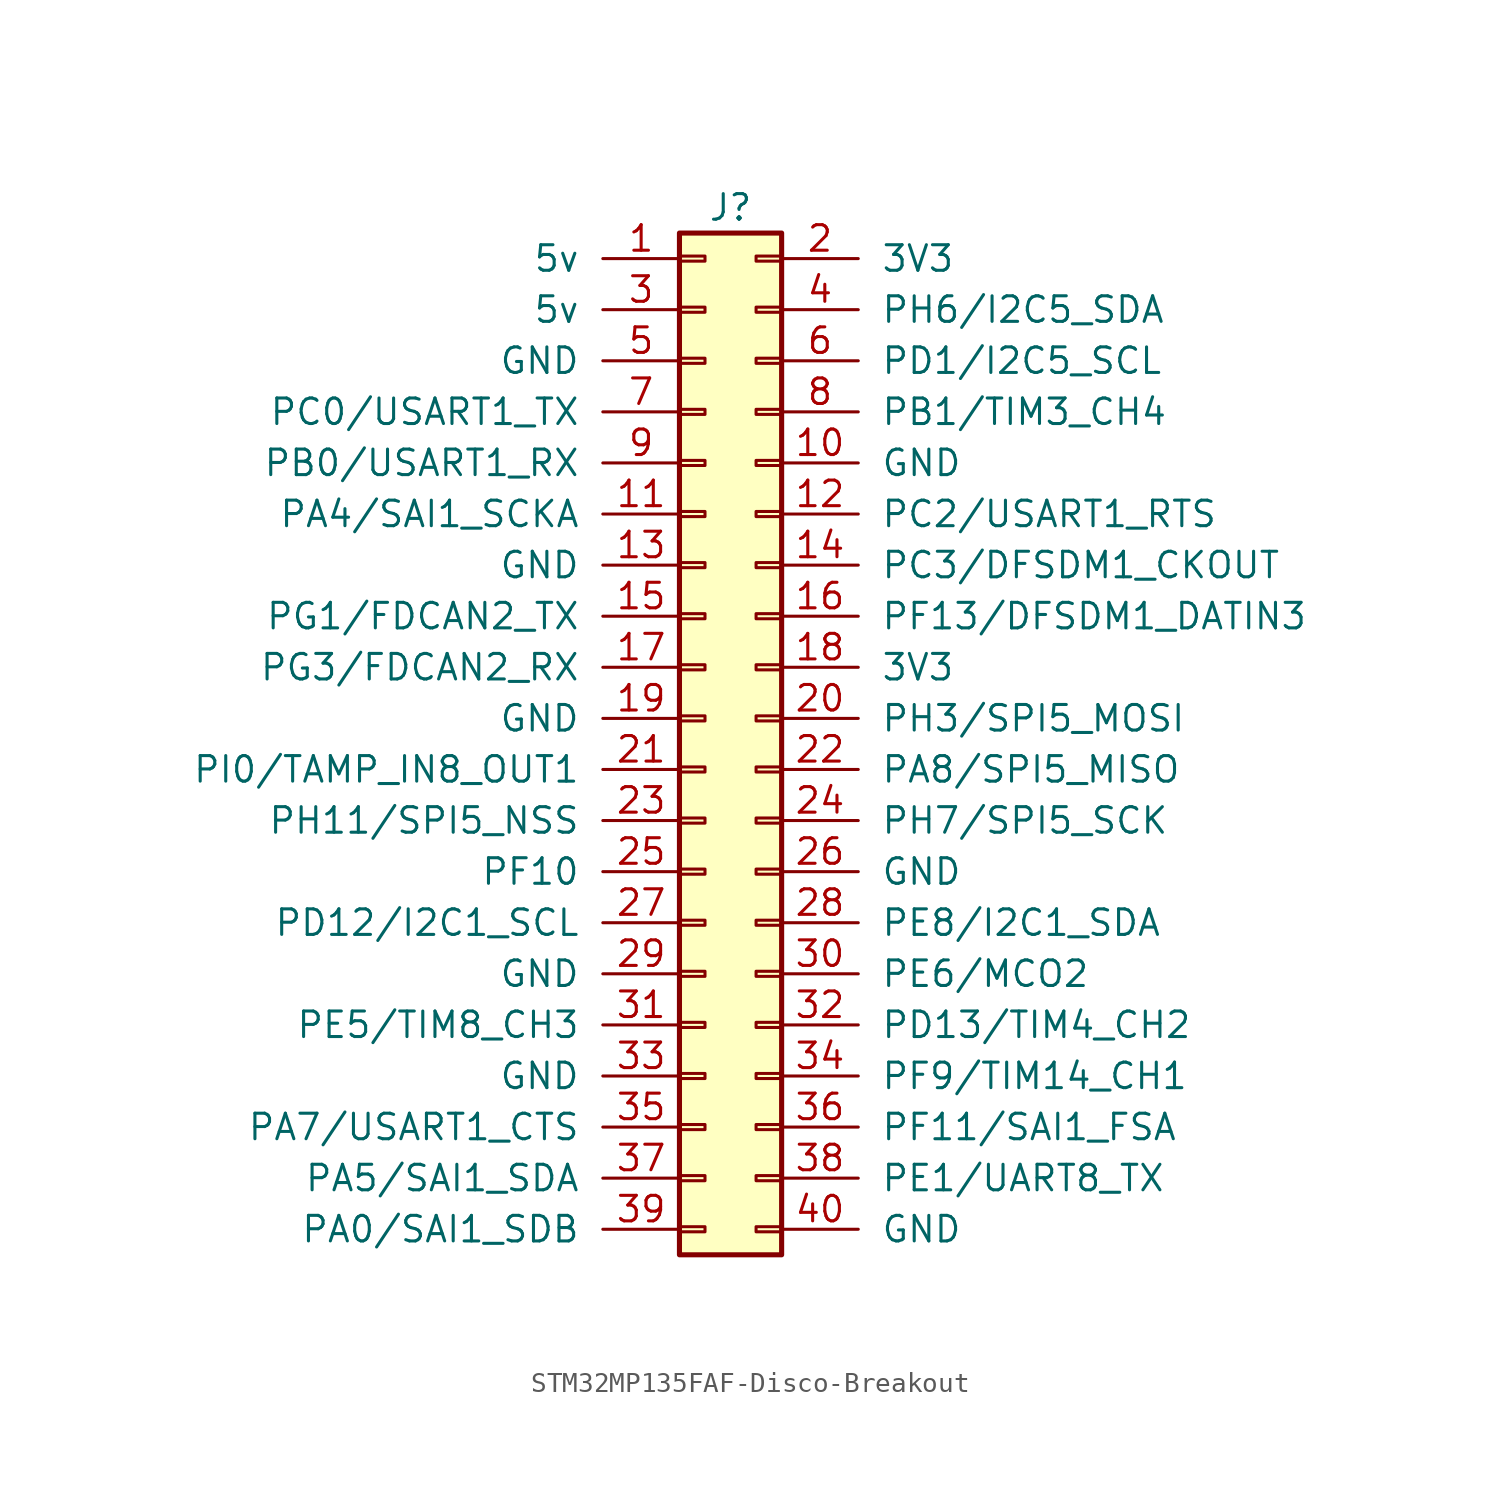
<source format=kicad_sym>
(kicad_symbol_lib
  (version 20241209)
  (generator "kicad_symbol_editor")
  (generator_version "9.0")
  (symbol "STM32MP135FAF-Disco-Breakout"
    (pin_names
      (offset 10))
    (property "Reference" "J"
      (at 1.27 25.4 0)
      (effects (font (size 1.27 1.27))))
    (symbol "STM32MP135FAF-Disco-Breakout_1_1"
      (rectangle (start -1.27 24.13) (end 3.81 -26.67) (stroke (width 0.254) (type default)) (fill (type background)))
      (rectangle (start -1.27 22.987) (end 0 22.733) (stroke (width 0.152) (type default)) (fill (type none)))
      (rectangle (start -1.27 20.447) (end 0 20.193) (stroke (width 0.152) (type default)) (fill (type none)))
      (rectangle (start -1.27 17.907) (end 0 17.653) (stroke (width 0.152) (type default)) (fill (type none)))
      (rectangle (start -1.27 15.367) (end 0 15.113) (stroke (width 0.152) (type default)) (fill (type none)))
      (rectangle (start -1.27 12.827) (end 0 12.573) (stroke (width 0.152) (type default)) (fill (type none)))
      (rectangle (start -1.27 10.287) (end 0 10.033) (stroke (width 0.152) (type default)) (fill (type none)))
      (rectangle (start -1.27 7.747) (end 0 7.493) (stroke (width 0.152) (type default)) (fill (type none)))
      (rectangle (start -1.27 5.207) (end 0 4.953) (stroke (width 0.152) (type default)) (fill (type none)))
      (rectangle (start -1.27 2.667) (end 0 2.413) (stroke (width 0.152) (type default)) (fill (type none)))
      (rectangle (start -1.27 0.127) (end 0 -0.127) (stroke (width 0.152) (type default)) (fill (type none)))
      (rectangle (start -1.27 -2.413) (end 0 -2.667) (stroke (width 0.152) (type default)) (fill (type none)))
      (rectangle (start -1.27 -4.953) (end 0 -5.207) (stroke (width 0.152) (type default)) (fill (type none)))
      (rectangle (start -1.27 -7.493) (end 0 -7.747) (stroke (width 0.152) (type default)) (fill (type none)))
      (rectangle (start -1.27 -10.033) (end 0 -10.287) (stroke (width 0.152) (type default)) (fill (type none)))
      (rectangle (start -1.27 -12.573) (end 0 -12.827) (stroke (width 0.152) (type default)) (fill (type none)))
      (rectangle (start -1.27 -15.113) (end 0 -15.367) (stroke (width 0.152) (type default)) (fill (type none)))
      (rectangle (start -1.27 -17.653) (end 0 -17.907) (stroke (width 0.152) (type default)) (fill (type none)))
      (rectangle (start -1.27 -20.193) (end 0 -20.447) (stroke (width 0.152) (type default)) (fill (type none)))
      (rectangle (start -1.27 -22.733) (end 0 -22.987) (stroke (width 0.152) (type default)) (fill (type none)))
      (rectangle (start -1.27 -25.273) (end 0 -25.527) (stroke (width 0.152) (type default)) (fill (type none)))
      (rectangle (start 3.81 22.987) (end 2.54 22.733) (stroke (width 0.152) (type default)) (fill (type none)))
      (rectangle (start 3.81 20.447) (end 2.54 20.193) (stroke (width 0.152) (type default)) (fill (type none)))
      (rectangle (start 3.81 17.907) (end 2.54 17.653) (stroke (width 0.152) (type default)) (fill (type none)))
      (rectangle (start 3.81 15.367) (end 2.54 15.113) (stroke (width 0.152) (type default)) (fill (type none)))
      (rectangle (start 3.81 12.827) (end 2.54 12.573) (stroke (width 0.152) (type default)) (fill (type none)))
      (rectangle (start 3.81 10.287) (end 2.54 10.033) (stroke (width 0.152) (type default)) (fill (type none)))
      (rectangle (start 3.81 7.747) (end 2.54 7.493) (stroke (width 0.152) (type default)) (fill (type none)))
      (rectangle (start 3.81 5.207) (end 2.54 4.953) (stroke (width 0.152) (type default)) (fill (type none)))
      (rectangle (start 3.81 2.667) (end 2.54 2.413) (stroke (width 0.152) (type default)) (fill (type none)))
      (rectangle (start 3.81 0.127) (end 2.54 -0.127) (stroke (width 0.152) (type default)) (fill (type none)))
      (rectangle (start 3.81 -2.413) (end 2.54 -2.667) (stroke (width 0.152) (type default)) (fill (type none)))
      (rectangle (start 3.81 -4.953) (end 2.54 -5.207) (stroke (width 0.152) (type default)) (fill (type none)))
      (rectangle (start 3.81 -7.493) (end 2.54 -7.747) (stroke (width 0.152) (type default)) (fill (type none)))
      (rectangle (start 3.81 -10.033) (end 2.54 -10.287) (stroke (width 0.152) (type default)) (fill (type none)))
      (rectangle (start 3.81 -12.573) (end 2.54 -12.827) (stroke (width 0.152) (type default)) (fill (type none)))
      (rectangle (start 3.81 -15.113) (end 2.54 -15.367) (stroke (width 0.152) (type default)) (fill (type none)))
      (rectangle (start 3.81 -17.653) (end 2.54 -17.907) (stroke (width 0.152) (type default)) (fill (type none)))
      (rectangle (start 3.81 -20.193) (end 2.54 -20.447) (stroke (width 0.152) (type default)) (fill (type none)))
      (rectangle (start 3.81 -22.733) (end 2.54 -22.987) (stroke (width 0.152) (type default)) (fill (type none)))
      (rectangle (start 3.81 -25.273) (end 2.54 -25.527) (stroke (width 0.152) (type default)) (fill (type none)))
      (pin passive line (at -5.08 22.86 0) (length 3.81) (name "3V3" (effects (font (size 1.27 1.27)))) (number "1" (effects (font (size 1.27 1.27)))))
      (pin passive line (at -5.08 20.32 0) (length 3.81) (name "PH6/I2C5_SDA" (effects (font (size 1.27 1.27)))) (number "3" (effects (font (size 1.27 1.27)))))
      (pin passive line (at -5.08 17.78 0) (length 3.81) (name "PD1/I2C5_SCL" (effects (font (size 1.27 1.27)))) (number "5" (effects (font (size 1.27 1.27)))))
      (pin passive line (at -5.08 15.24 0) (length 3.81) (name "PB1/TIM3_CH4" (effects (font (size 1.27 1.27)))) (number "7" (effects (font (size 1.27 1.27)))))
      (pin passive line (at -5.08 12.7 0) (length 3.81) (name "GND" (effects (font (size 1.27 1.27)))) (number "9" (effects (font (size 1.27 1.27)))))
      (pin passive line (at -5.08 10.16 0) (length 3.81) (name "PC2/USART1_RTS" (effects (font (size 1.27 1.27)))) (number "11" (effects (font (size 1.27 1.27)))))
      (pin passive line (at -5.08 7.62 0) (length 3.81) (name "PC3/DFSDM1_CKOUT" (effects (font (size 1.27 1.27)))) (number "13" (effects (font (size 1.27 1.27)))))
      (pin passive line (at -5.08 5.08 0) (length 3.81) (name "PF13/DFSDM1_DATIN3" (effects (font (size 1.27 1.27)))) (number "15" (effects (font (size 1.27 1.27)))))
      (pin passive line (at -5.08 2.54 0) (length 3.81) (name "3V3" (effects (font (size 1.27 1.27)))) (number "17" (effects (font (size 1.27 1.27)))))
      (pin passive line (at -5.08 0 0) (length 3.81) (name "PH3/SPI5_MOSI" (effects (font (size 1.27 1.27)))) (number "19" (effects (font (size 1.27 1.27)))))
      (pin passive line (at -5.08 -2.54 0) (length 3.81) (name "PA8/SPI5_MISO" (effects (font (size 1.27 1.27)))) (number "21" (effects (font (size 1.27 1.27)))))
      (pin passive line (at -5.08 -5.08 0) (length 3.81) (name "PH7/SPI5_SCK" (effects (font (size 1.27 1.27)))) (number "23" (effects (font (size 1.27 1.27)))))
      (pin passive line (at -5.08 -7.62 0) (length 3.81) (name "GND" (effects (font (size 1.27 1.27)))) (number "25" (effects (font (size 1.27 1.27)))))
      (pin passive line (at -5.08 -10.16 0) (length 3.81) (name "PE8/I2C1_SDA" (effects (font (size 1.27 1.27)))) (number "27" (effects (font (size 1.27 1.27)))))
      (pin passive line (at -5.08 -12.7 0) (length 3.81) (name "PE6/MCO2" (effects (font (size 1.27 1.27)))) (number "29" (effects (font (size 1.27 1.27)))))
      (pin passive line (at -5.08 -15.24 0) (length 3.81) (name "PD13/TIM4_CH2" (effects (font (size 1.27 1.27)))) (number "31" (effects (font (size 1.27 1.27)))))
      (pin passive line (at -5.08 -17.78 0) (length 3.81) (name "PF9/TIM14_CH1" (effects (font (size 1.27 1.27)))) (number "33" (effects (font (size 1.27 1.27)))))
      (pin passive line (at -5.08 -20.32 0) (length 3.81) (name "PF11/SAI1_FSA" (effects (font (size 1.27 1.27)))) (number "35" (effects (font (size 1.27 1.27)))))
      (pin passive line (at -5.08 -22.86 0) (length 3.81) (name "PE1/UART8_TX" (effects (font (size 1.27 1.27)))) (number "37" (effects (font (size 1.27 1.27)))))
      (pin passive line (at -5.08 -25.4 0) (length 3.81) (name "GND" (effects (font (size 1.27 1.27)))) (number "39" (effects (font (size 1.27 1.27)))))
      (pin passive line (at 7.62 22.86 180) (length 3.81) (name "5v" (effects (font (size 1.27 1.27)))) (number "2" (effects (font (size 1.27 1.27)))))
      (pin passive line (at 7.62 20.32 180) (length 3.81) (name "5v" (effects (font (size 1.27 1.27)))) (number "4" (effects (font (size 1.27 1.27)))))
      (pin passive line (at 7.62 17.78 180) (length 3.81) (name "GND" (effects (font (size 1.27 1.27)))) (number "6" (effects (font (size 1.27 1.27)))))
      (pin passive line (at 7.62 15.24 180) (length 3.81) (name "PC0/USART1_TX" (effects (font (size 1.27 1.27)))) (number "8" (effects (font (size 1.27 1.27)))))
      (pin passive line (at 7.62 12.7 180) (length 3.81) (name "PB0/USART1_RX" (effects (font (size 1.27 1.27)))) (number "10" (effects (font (size 1.27 1.27)))))
      (pin passive line (at 7.62 10.16 180) (length 3.81) (name "PA4/SAI1_SCKA" (effects (font (size 1.27 1.27)))) (number "12" (effects (font (size 1.27 1.27)))))
      (pin passive line (at 7.62 7.62 180) (length 3.81) (name "GND" (effects (font (size 1.27 1.27)))) (number "14" (effects (font (size 1.27 1.27)))))
      (pin passive line (at 7.62 5.08 180) (length 3.81) (name "PG1/FDCAN2_TX" (effects (font (size 1.27 1.27)))) (number "16" (effects (font (size 1.27 1.27)))))
      (pin passive line (at 7.62 2.54 180) (length 3.81) (name "PG3/FDCAN2_RX" (effects (font (size 1.27 1.27)))) (number "18" (effects (font (size 1.27 1.27)))))
      (pin passive line (at 7.62 0 180) (length 3.81) (name "GND" (effects (font (size 1.27 1.27)))) (number "20" (effects (font (size 1.27 1.27)))))
      (pin passive line (at 7.62 -2.54 180) (length 3.81) (name "PI0/TAMP_IN8_OUT1" (effects (font (size 1.27 1.27)))) (number "22" (effects (font (size 1.27 1.27)))))
      (pin passive line (at 7.62 -5.08 180) (length 3.81) (name "PH11/SPI5_NSS" (effects (font (size 1.27 1.27)))) (number "24" (effects (font (size 1.27 1.27)))))
      (pin passive line (at 7.62 -7.62 180) (length 3.81) (name "PF10" (effects (font (size 1.27 1.27)))) (number "26" (effects (font (size 1.27 1.27)))))
      (pin passive line (at 7.62 -10.16 180) (length 3.81) (name "PD12/I2C1_SCL" (effects (font (size 1.27 1.27)))) (number "28" (effects (font (size 1.27 1.27)))))
      (pin passive line (at 7.62 -12.7 180) (length 3.81) (name "GND" (effects (font (size 1.27 1.27)))) (number "30" (effects (font (size 1.27 1.27)))))
      (pin passive line (at 7.62 -15.24 180) (length 3.81) (name "PE5/TIM8_CH3" (effects (font (size 1.27 1.27)))) (number "32" (effects (font (size 1.27 1.27)))))
      (pin passive line (at 7.62 -17.78 180) (length 3.81) (name "GND" (effects (font (size 1.27 1.27)))) (number "34" (effects (font (size 1.27 1.27)))))
      (pin passive line (at 7.62 -20.32 180) (length 3.81) (name "PA7/USART1_CTS" (effects (font (size 1.27 1.27)))) (number "36" (effects (font (size 1.27 1.27)))))
      (pin passive line (at 7.62 -22.86 180) (length 3.81) (name "PA5/SAI1_SDA" (effects (font (size 1.27 1.27)))) (number "38" (effects (font (size 1.27 1.27)))))
      (pin passive line (at 7.62 -25.4 180) (length 3.81) (name "PA0/SAI1_SDB" (effects (font (size 1.27 1.27)))) (number "40" (effects (font (size 1.27 1.27))))))))
</source>
